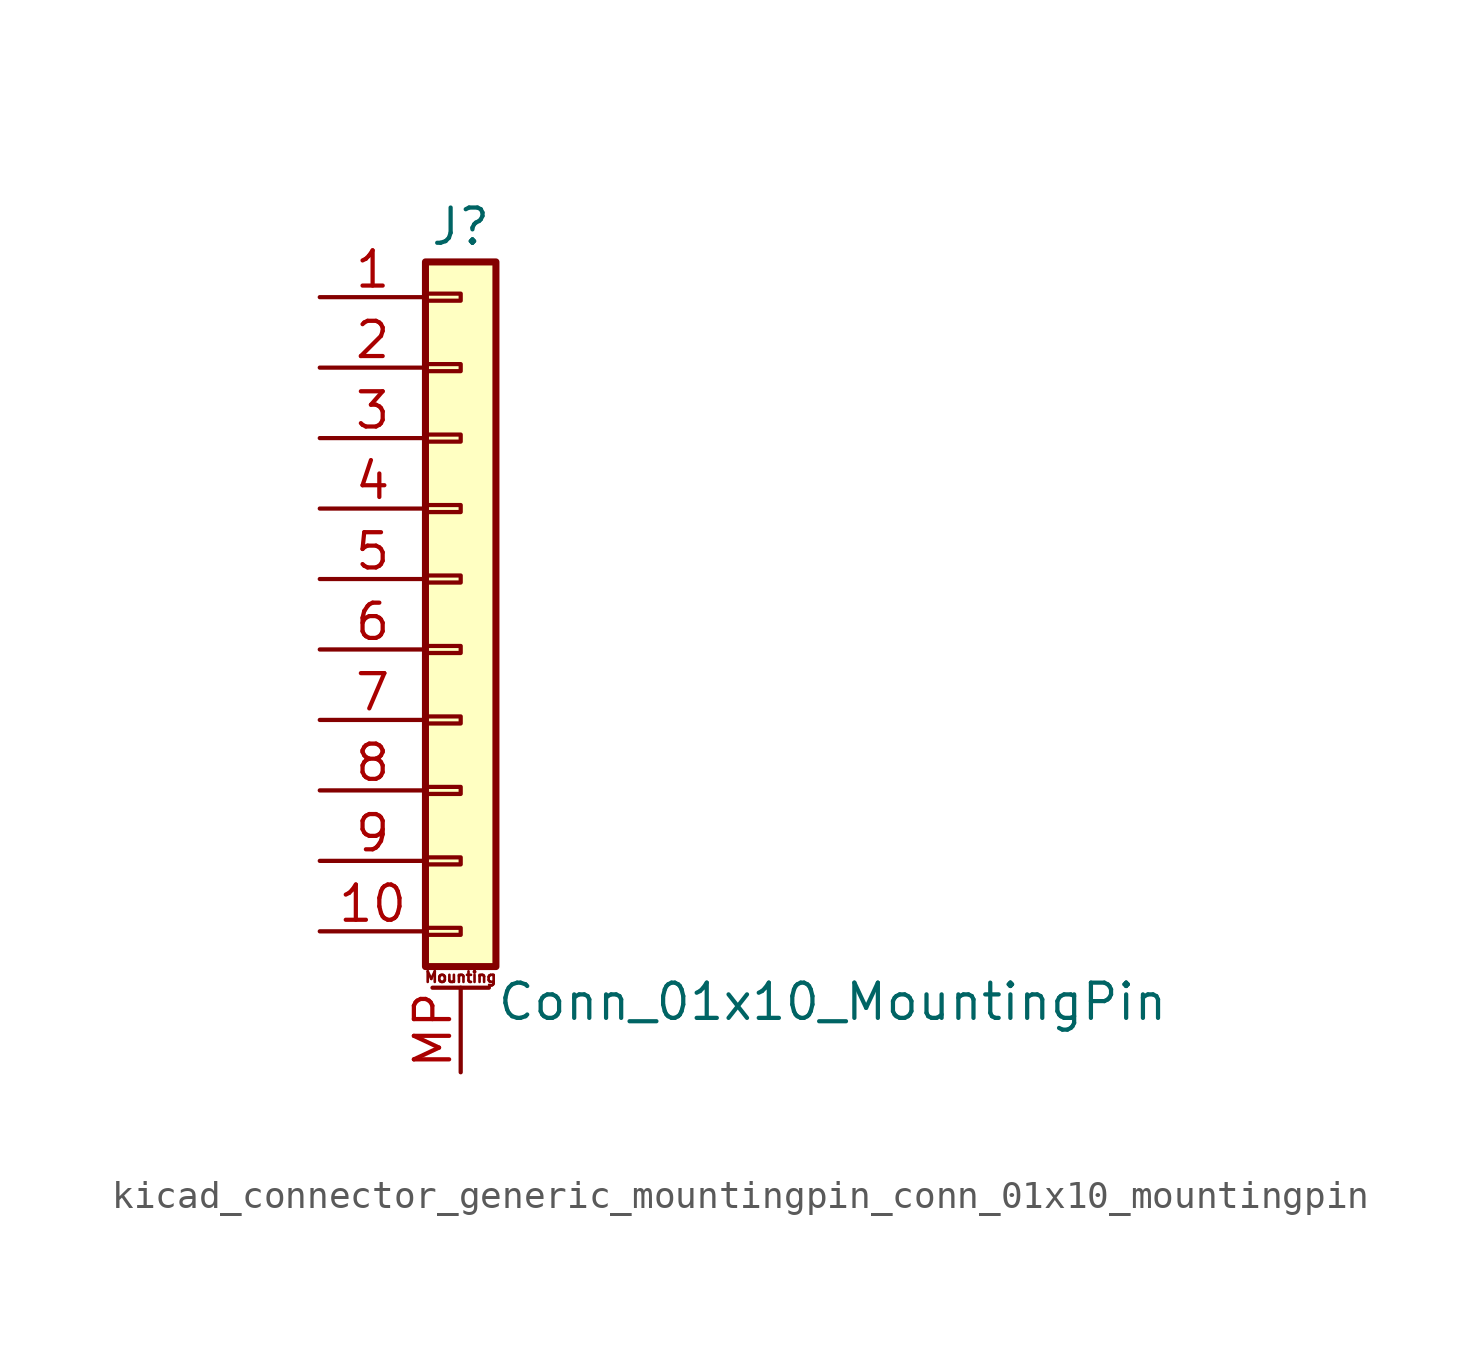
<source format=kicad_sym>
(kicad_symbol_lib
  (version 20220914)
  (generator kicad_symbol_editor)
  (symbol "kicad_connector_generic_mountingpin_conn_01x10_mountingpin"
    (pin_names
      (offset 1.016) hide)
    (property "Reference" "J"
      (at 0 12.7 0)
      (effects (font (size 1.27 1.27))))
    (property "Value" "Conn_01x10_MountingPin"
      (at 1.27 -15.24 0)
      (effects (font (size 1.27 1.27)) (justify left)))
    (symbol "kicad_connector_generic_mountingpin_conn_01x10_mountingpin_1_1"
      (rectangle (start -1.27 -12.573) (end 0 -12.827) (stroke (width 0.152) (type default)) (fill (type none)))
      (rectangle (start -1.27 -10.033) (end 0 -10.287) (stroke (width 0.152) (type default)) (fill (type none)))
      (rectangle (start -1.27 -7.493) (end 0 -7.747) (stroke (width 0.152) (type default)) (fill (type none)))
      (rectangle (start -1.27 -4.953) (end 0 -5.207) (stroke (width 0.152) (type default)) (fill (type none)))
      (rectangle (start -1.27 -2.413) (end 0 -2.667) (stroke (width 0.152) (type default)) (fill (type none)))
      (rectangle (start -1.27 0.127) (end 0 -0.127) (stroke (width 0.152) (type default)) (fill (type none)))
      (rectangle (start -1.27 2.667) (end 0 2.413) (stroke (width 0.152) (type default)) (fill (type none)))
      (rectangle (start -1.27 5.207) (end 0 4.953) (stroke (width 0.152) (type default)) (fill (type none)))
      (rectangle (start -1.27 7.747) (end 0 7.493) (stroke (width 0.152) (type default)) (fill (type none)))
      (rectangle (start -1.27 10.287) (end 0 10.033) (stroke (width 0.152) (type default)) (fill (type none)))
      (rectangle (start -1.27 11.43) (end 1.27 -13.97) (stroke (width 0.254) (type default)) (fill (type background)))
      (polyline (pts (xy -1.016 -14.732) (xy 1.016 -14.732)) (stroke (width 0.152) (type default)) (fill (type none)))
      (text "Mounting" (at 0 -14.351 0) (effects (font (size 0.381 0.381))))
      (pin passive line (at -5.08 10.16 0) (length 3.81) (name "Pin_1" (effects (font (size 1.27 1.27)))) (number "1" (effects (font (size 1.27 1.27)))))
      (pin passive line (at -5.08 -12.7 0) (length 3.81) (name "Pin_10" (effects (font (size 1.27 1.27)))) (number "10" (effects (font (size 1.27 1.27)))))
      (pin passive line (at -5.08 7.62 0) (length 3.81) (name "Pin_2" (effects (font (size 1.27 1.27)))) (number "2" (effects (font (size 1.27 1.27)))))
      (pin passive line (at -5.08 5.08 0) (length 3.81) (name "Pin_3" (effects (font (size 1.27 1.27)))) (number "3" (effects (font (size 1.27 1.27)))))
      (pin passive line (at -5.08 2.54 0) (length 3.81) (name "Pin_4" (effects (font (size 1.27 1.27)))) (number "4" (effects (font (size 1.27 1.27)))))
      (pin passive line (at -5.08 0 0) (length 3.81) (name "Pin_5" (effects (font (size 1.27 1.27)))) (number "5" (effects (font (size 1.27 1.27)))))
      (pin passive line (at -5.08 -2.54 0) (length 3.81) (name "Pin_6" (effects (font (size 1.27 1.27)))) (number "6" (effects (font (size 1.27 1.27)))))
      (pin passive line (at -5.08 -5.08 0) (length 3.81) (name "Pin_7" (effects (font (size 1.27 1.27)))) (number "7" (effects (font (size 1.27 1.27)))))
      (pin passive line (at -5.08 -7.62 0) (length 3.81) (name "Pin_8" (effects (font (size 1.27 1.27)))) (number "8" (effects (font (size 1.27 1.27)))))
      (pin passive line (at -5.08 -10.16 0) (length 3.81) (name "Pin_9" (effects (font (size 1.27 1.27)))) (number "9" (effects (font (size 1.27 1.27)))))
      (pin passive line (at 0 -17.78 90) (length 3.048) (name "MountPin" (effects (font (size 1.27 1.27)))) (number "MP" (effects (font (size 1.27 1.27))))))))
</source>
